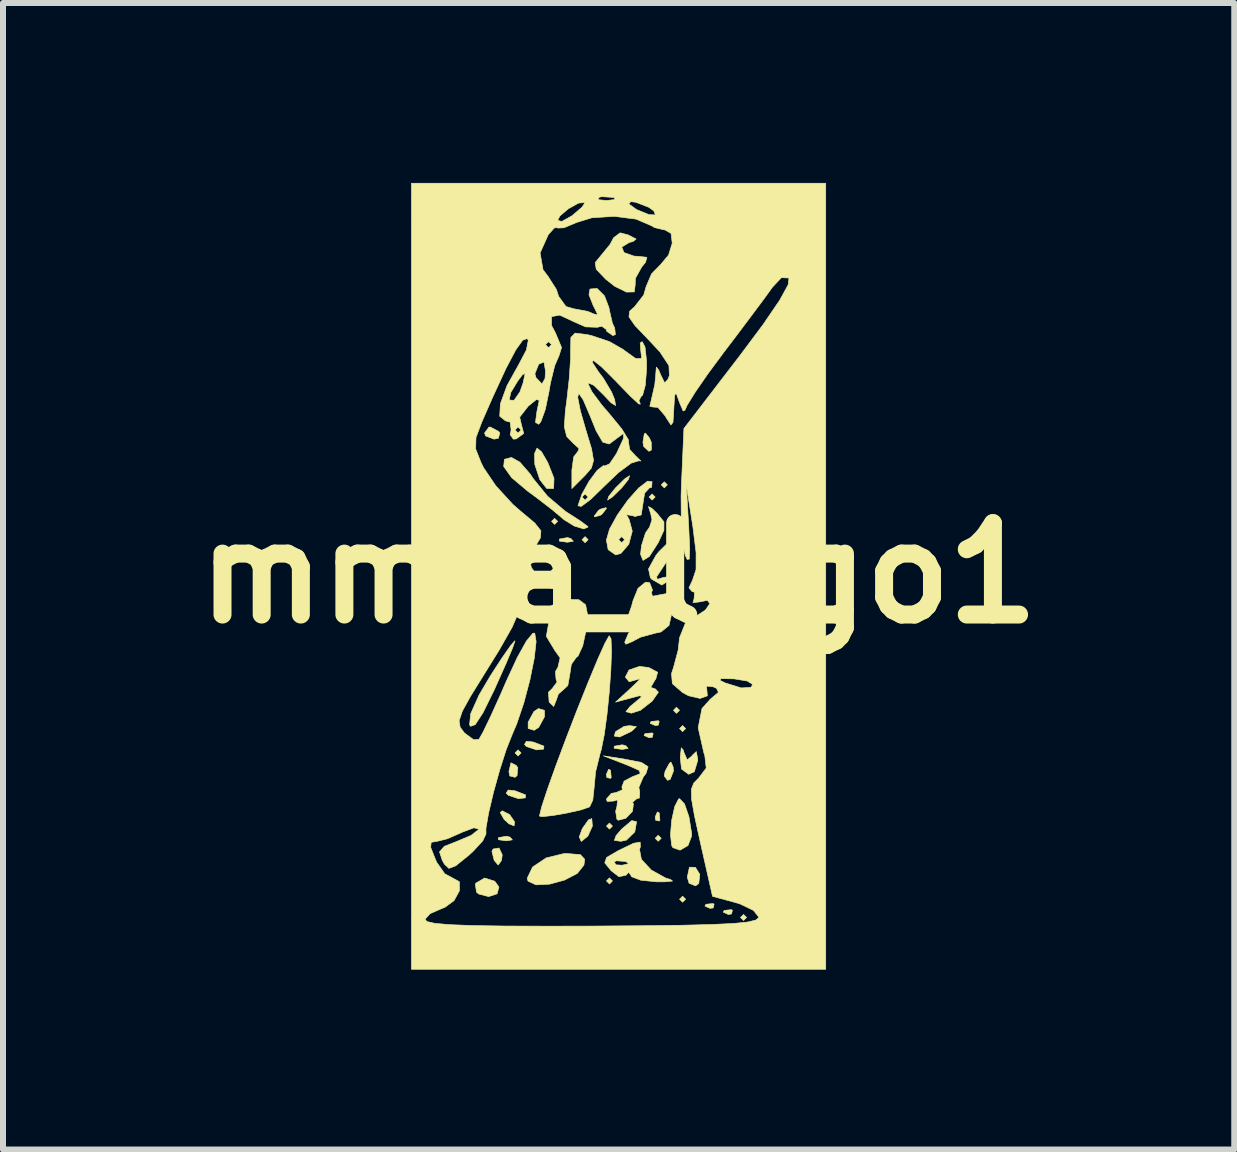
<source format=kicad_pcb>
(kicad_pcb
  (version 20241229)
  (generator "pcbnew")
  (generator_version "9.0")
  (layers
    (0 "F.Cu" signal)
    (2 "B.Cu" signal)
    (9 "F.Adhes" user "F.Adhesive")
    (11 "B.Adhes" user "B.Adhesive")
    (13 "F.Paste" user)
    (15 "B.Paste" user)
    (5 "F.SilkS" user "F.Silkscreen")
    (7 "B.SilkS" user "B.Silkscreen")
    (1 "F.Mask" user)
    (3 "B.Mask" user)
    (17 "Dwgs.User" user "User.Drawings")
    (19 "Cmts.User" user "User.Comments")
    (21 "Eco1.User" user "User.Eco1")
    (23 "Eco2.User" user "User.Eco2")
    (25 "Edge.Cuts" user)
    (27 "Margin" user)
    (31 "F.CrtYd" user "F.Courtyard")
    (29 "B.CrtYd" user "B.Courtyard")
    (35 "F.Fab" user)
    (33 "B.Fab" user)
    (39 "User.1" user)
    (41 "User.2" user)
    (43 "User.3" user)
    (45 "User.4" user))
  (footprint "mmra_logo1"
    (layer "F.Cu")
    (at 7.264 6.507)
    (property "Reference" "mmra_logo1" (at 0 0 0) (layer "F.SilkS") (effects (font (size 1.524 1.524) (thickness 0.3))))
    (attr through_hole)
    (fp_poly (pts (xy -1.626 2.997) (xy -1.676 3.048) (xy -1.727 2.997) (xy -1.676 2.946) (xy -1.626 2.997)) (stroke (width 0.01) (type solid)) (fill yes) (layer "F.SilkS"))
    (fp_poly (pts (xy -1.016 -0.864) (xy -1.067 -0.813) (xy -1.118 -0.864) (xy -1.067 -0.914) (xy -1.016 -0.864)) (stroke (width 0.01) (type solid)) (fill yes) (layer "F.SilkS"))
    (fp_poly (pts (xy -0.508 -0.559) (xy -0.559 -0.508) (xy -0.61 -0.559) (xy -0.559 -0.61) (xy -0.508 -0.559)) (stroke (width 0.01) (type solid)) (fill yes) (layer "F.SilkS"))
    (fp_poly (pts (xy -0.102 4.216) (xy -0.152 4.267) (xy -0.203 4.216) (xy -0.152 4.166) (xy -0.102 4.216)) (stroke (width 0.01) (type solid)) (fill yes) (layer "F.SilkS"))
    (fp_poly (pts (xy -0.102 5.131) (xy -0.152 5.182) (xy -0.203 5.131) (xy -0.152 5.08) (xy -0.102 5.131)) (stroke (width 0.01) (type solid)) (fill yes) (layer "F.SilkS"))
    (fp_poly (pts (xy 0.61 -1.27) (xy 0.559 -1.219) (xy 0.508 -1.27) (xy 0.559 -1.321) (xy 0.61 -1.27)) (stroke (width 0.01) (type solid)) (fill yes) (layer "F.SilkS"))
    (fp_poly (pts (xy 0.711 4.42) (xy 0.66 4.47) (xy 0.61 4.42) (xy 0.66 4.369) (xy 0.711 4.42)) (stroke (width 0.01) (type solid)) (fill yes) (layer "F.SilkS"))
    (fp_poly (pts (xy 0.813 -1.473) (xy 0.762 -1.422) (xy 0.711 -1.473) (xy 0.762 -1.524) (xy 0.813 -1.473)) (stroke (width 0.01) (type solid)) (fill yes) (layer "F.SilkS"))
    (fp_poly (pts (xy 1.016 2.286) (xy 0.965 2.337) (xy 0.914 2.286) (xy 0.965 2.235) (xy 1.016 2.286)) (stroke (width 0.01) (type solid)) (fill yes) (layer "F.SilkS"))
    (fp_poly (pts (xy 1.118 2.591) (xy 1.067 2.642) (xy 1.016 2.591) (xy 1.067 2.54) (xy 1.118 2.591)) (stroke (width 0.01) (type solid)) (fill yes) (layer "F.SilkS"))
    (fp_poly (pts (xy 1.118 5.436) (xy 1.067 5.486) (xy 1.016 5.436) (xy 1.067 5.385) (xy 1.118 5.436)) (stroke (width 0.01) (type solid)) (fill yes) (layer "F.SilkS"))
    (fp_poly (pts (xy 2.134 5.74) (xy 2.083 5.791) (xy 2.032 5.74) (xy 2.083 5.69) (xy 2.134 5.74)) (stroke (width 0.01) (type solid)) (fill yes) (layer "F.SilkS"))
    (fp_poly (pts (xy -1.81 4.401) (xy -1.771 4.446) (xy -1.871 4.462) (xy -2.003 4.444) (xy -2.004 4.409) (xy -1.869 4.385) (xy -1.81 4.401)) (stroke (width 0.01) (type solid)) (fill yes) (layer "F.SilkS"))
    (fp_poly (pts (xy -0.794 -0.577) (xy -0.755 -0.532) (xy -0.855 -0.516) (xy -0.987 -0.535) (xy -0.988 -0.569) (xy -0.853 -0.594) (xy -0.794 -0.577)) (stroke (width 0.01) (type solid)) (fill yes) (layer "F.SilkS"))
    (fp_poly (pts (xy -0.135 3.285) (xy -0.123 3.406) (xy -0.135 3.421) (xy -0.196 3.407) (xy -0.203 3.353) (xy -0.166 3.269) (xy -0.135 3.285)) (stroke (width 0.01) (type solid)) (fill yes) (layer "F.SilkS"))
    (fp_poly (pts (xy 0.121 2.877) (xy 0.159 2.922) (xy 0.059 2.938) (xy -0.073 2.92) (xy -0.074 2.885) (xy 0.062 2.861) (xy 0.121 2.877)) (stroke (width 0.01) (type solid)) (fill yes) (layer "F.SilkS"))
    (fp_poly (pts (xy 0.576 2.675) (xy 0.562 2.736) (xy 0.508 2.743) (xy 0.424 2.706) (xy 0.44 2.675) (xy 0.561 2.663) (xy 0.576 2.675)) (stroke (width 0.01) (type solid)) (fill yes) (layer "F.SilkS"))
    (fp_poly (pts (xy 0.677 2.472) (xy 0.663 2.533) (xy 0.61 2.54) (xy 0.526 2.503) (xy 0.542 2.472) (xy 0.662 2.46) (xy 0.677 2.472)) (stroke (width 0.01) (type solid)) (fill yes) (layer "F.SilkS"))
    (fp_poly (pts (xy 0.677 3.996) (xy 0.689 4.117) (xy 0.677 4.132) (xy 0.617 4.118) (xy 0.61 4.064) (xy 0.647 3.98) (xy 0.677 3.996)) (stroke (width 0.01) (type solid)) (fill yes) (layer "F.SilkS"))
    (fp_poly (pts (xy 1.592 5.52) (xy 1.578 5.581) (xy 1.524 5.588) (xy 1.44 5.551) (xy 1.456 5.52) (xy 1.577 5.508) (xy 1.592 5.52)) (stroke (width 0.01) (type solid)) (fill yes) (layer "F.SilkS"))
    (fp_poly (pts (xy 1.897 5.622) (xy 1.883 5.682) (xy 1.829 5.69) (xy 1.745 5.652) (xy 1.761 5.622) (xy 1.882 5.61) (xy 1.897 5.622)) (stroke (width 0.01) (type solid)) (fill yes) (layer "F.SilkS"))
    (fp_poly (pts (xy -1.94 4.695) (xy -1.952 4.789) (xy -2.008 4.866) (xy -2.074 4.789) (xy -2.112 4.639) (xy -2.093 4.599) (xy -1.993 4.582) (xy -1.94 4.695)) (stroke (width 0.01) (type solid)) (fill yes) (layer "F.SilkS"))
    (fp_poly (pts (xy -1.818 4.024) (xy -1.735 4.144) (xy -1.742 4.213) (xy -1.829 4.178) (xy -1.909 4.105) (xy -1.974 3.99) (xy -1.94 3.962) (xy -1.818 4.024)) (stroke (width 0.01) (type solid)) (fill yes) (layer "F.SilkS"))
    (fp_poly (pts (xy -1.727 3.628) (xy -1.551 3.696) (xy -1.554 3.746) (xy -1.67 3.759) (xy -1.839 3.703) (xy -1.874 3.667) (xy -1.841 3.615) (xy -1.727 3.628)) (stroke (width 0.01) (type solid)) (fill yes) (layer "F.SilkS"))
    (fp_poly (pts (xy -1.707 3.205) (xy -1.681 3.244) (xy -1.693 3.375) (xy -1.726 3.403) (xy -1.814 3.381) (xy -1.829 3.308) (xy -1.795 3.161) (xy -1.707 3.205)) (stroke (width 0.01) (type solid)) (fill yes) (layer "F.SilkS"))
    (fp_poly (pts (xy -1.423 2.815) (xy -1.246 2.883) (xy -1.249 2.933) (xy -1.366 2.946) (xy -1.535 2.891) (xy -1.569 2.854) (xy -1.536 2.802) (xy -1.423 2.815)) (stroke (width 0.01) (type solid)) (fill yes) (layer "F.SilkS"))
    (fp_poly (pts (xy 1.28 4.904) (xy 1.354 5.021) (xy 1.337 5.173) (xy 1.284 5.213) (xy 1.176 5.171) (xy 1.145 5.069) (xy 1.181 4.902) (xy 1.28 4.904)) (stroke (width 0.01) (type solid)) (fill yes) (layer "F.SilkS"))
    (fp_poly (pts (xy -2.002 -2.365) (xy -1.981 -2.337) (xy -2.004 -2.25) (xy -2.077 -2.235) (xy -2.216 -2.288) (xy -2.235 -2.337) (xy -2.162 -2.435) (xy -2.14 -2.438) (xy -2.002 -2.365)) (stroke (width 0.01) (type solid)) (fill yes) (layer "F.SilkS"))
    (fp_poly (pts (xy -1.236 2.287) (xy -1.235 2.393) (xy -1.332 2.571) (xy -1.407 2.619) (xy -1.508 2.589) (xy -1.508 2.484) (xy -1.411 2.306) (xy -1.336 2.257) (xy -1.236 2.287)) (stroke (width 0.01) (type solid)) (fill yes) (layer "F.SilkS"))
    (fp_poly (pts (xy -0.922 -0.144) (xy -0.914 -0.108) (xy -0.988 -0.004) (xy -1.016 0) (xy -1.115 -0.035) (xy -1.118 -0.045) (xy -1.046 -0.132) (xy -1.016 -0.152) (xy -0.922 -0.144)) (stroke (width 0.01) (type solid)) (fill yes) (layer "F.SilkS"))
    (fp_poly (pts (xy -0.437 4.217) (xy -0.511 4.381) (xy -0.617 4.47) (xy -0.624 4.47) (xy -0.656 4.397) (xy -0.605 4.258) (xy -0.502 4.113) (xy -0.447 4.092) (xy -0.437 4.217)) (stroke (width 0.01) (type solid)) (fill yes) (layer "F.SilkS"))
    (fp_poly (pts (xy -0.203 -1.079) (xy -0.275 -0.986) (xy -0.305 -0.965) (xy -0.4 -0.939) (xy -0.406 -0.953) (xy -0.335 -1.046) (xy -0.305 -1.067) (xy -0.21 -1.093) (xy -0.203 -1.079)) (stroke (width 0.01) (type solid)) (fill yes) (layer "F.SilkS"))
    (fp_poly (pts (xy 0.163 -1.562) (xy 0.051 -1.422) (xy -0.102 -1.272) (xy -0.184 -1.219) (xy -0.163 -1.283) (xy -0.051 -1.422) (xy 0.102 -1.573) (xy 0.184 -1.626) (xy 0.163 -1.562)) (stroke (width 0.01) (type solid)) (fill yes) (layer "F.SilkS"))
    (fp_poly (pts (xy 0.297 2.558) (xy 0.224 2.628) (xy 0.203 2.642) (xy 0.017 2.731) (xy -0.072 2.716) (xy -0.051 2.642) (xy 0.094 2.553) (xy 0.184 2.542) (xy 0.297 2.558)) (stroke (width 0.01) (type solid)) (fill yes) (layer "F.SilkS"))
    (fp_poly (pts (xy 0.3 4.143) (xy 0.27 4.314) (xy 0.129 4.451) (xy 0.038 4.47) (xy -0.071 4.455) (xy -0.042 4.375) (xy 0.051 4.267) (xy 0.219 4.125) (xy 0.3 4.143)) (stroke (width 0.01) (type solid)) (fill yes) (layer "F.SilkS"))
    (fp_poly (pts (xy 0.512 -2.257) (xy 0.545 -2.184) (xy 0.547 -2.054) (xy 0.505 -2.032) (xy 0.417 -2.114) (xy 0.406 -2.184) (xy 0.428 -2.32) (xy 0.446 -2.337) (xy 0.512 -2.257)) (stroke (width 0.01) (type solid)) (fill yes) (layer "F.SilkS"))
    (fp_poly (pts (xy 0.91 3.233) (xy 0.914 3.302) (xy 0.861 3.437) (xy 0.816 3.454) (xy 0.76 3.38) (xy 0.776 3.302) (xy 0.848 3.168) (xy 0.874 3.15) (xy 0.91 3.233)) (stroke (width 0.01) (type solid)) (fill yes) (layer "F.SilkS"))
    (fp_poly (pts (xy -2.064 5.137) (xy -1.995 5.232) (xy -2.026 5.346) (xy -2.166 5.392) (xy -2.33 5.35) (xy -2.368 5.32) (xy -2.389 5.188) (xy -2.379 5.167) (xy -2.233 5.082) (xy -2.064 5.137)) (stroke (width 0.01) (type solid)) (fill yes) (layer "F.SilkS"))
    (fp_poly (pts (xy -1.285 -2.024) (xy -1.18 -1.843) (xy -1.077 -1.582) (xy -1.083 -1.418) (xy -1.091 -1.409) (xy -1.2 -1.414) (xy -1.313 -1.559) (xy -1.397 -1.813) (xy -1.402 -1.993) (xy -1.36 -2.086) (xy -1.285 -2.024)) (stroke (width 0.01) (type solid)) (fill yes) (layer "F.SilkS"))
    (fp_poly (pts (xy -0.638 4.692) (xy -0.565 4.77) (xy -0.578 4.867) (xy -0.689 5.006) (xy -0.902 5.117) (xy -1.152 5.185) (xy -1.377 5.196) (xy -1.51 5.135) (xy -1.524 5.087) (xy -1.434 4.899) (xy -1.207 4.747) (xy -0.912 4.675) (xy -0.866 4.674) (xy -0.638 4.692)) (stroke (width 0.01) (type solid)) (fill yes) (layer "F.SilkS"))
    (fp_poly (pts (xy 1.077 2.946) (xy 1.089 2.987) (xy 1.144 3.112) (xy 1.221 3.049) (xy 1.228 3.037) (xy 1.296 2.974) (xy 1.319 3.097) (xy 1.319 3.124) (xy 1.263 3.31) (xy 1.168 3.353) (xy 1.049 3.265) (xy 1.028 3.073) (xy 1.045 2.911) (xy 1.077 2.946)) (stroke (width 0.01) (type solid)) (fill yes) (layer "F.SilkS"))
    (fp_poly (pts (xy 1.099 3.847) (xy 1.173 4.061) (xy 1.215 4.321) (xy 1.218 4.383) (xy 1.157 4.541) (xy 1.025 4.618) (xy 0.905 4.576) (xy 0.885 4.54) (xy 0.865 4.36) (xy 0.886 4.115) (xy 0.936 3.89) (xy 1 3.765) (xy 1.016 3.759) (xy 1.099 3.847)) (stroke (width 0.01) (type solid)) (fill yes) (layer "F.SilkS"))
    (fp_poly (pts (xy 0.554 -1.082) (xy 0.645 -0.994) (xy 0.756 -0.856) (xy 0.756 -0.716) (xy 0.662 -0.511) (xy 0.514 -0.28) (xy 0.407 -0.213) (xy 0.366 -0.315) (xy 0.382 -0.459) (xy 0.449 -0.672) (xy 0.516 -0.767) (xy 0.557 -0.891) (xy 0.535 -0.994) (xy 0.498 -1.111) (xy 0.554 -1.082)) (stroke (width 0.01) (type solid)) (fill yes) (layer "F.SilkS"))
    (fp_poly (pts (xy -1.728 1.13) (xy -1.767 1.245) (xy -1.873 1.497) (xy -2.024 1.836) (xy -2.072 1.943) (xy -2.26 2.325) (xy -2.39 2.525) (xy -2.469 2.553) (xy -2.485 2.528) (xy -2.466 2.343) (xy -2.326 2.031) (xy -2.14 1.715) (xy -1.946 1.416) (xy -1.8 1.207) (xy -1.731 1.127) (xy -1.728 1.13)) (stroke (width 0.01) (type solid)) (fill yes) (layer "F.SilkS"))
    (fp_poly (pts (xy 0.898 -0.39) (xy 0.785 -0.168) (xy 0.744 -0.106) (xy 0.634 0.061) (xy 0.646 0.103) (xy 0.749 0.07) (xy 0.869 0.054) (xy 0.863 0.103) (xy 0.721 0.198) (xy 0.55 0.099) (xy 0.53 0.076) (xy 0.499 -0.071) (xy 0.619 -0.291) (xy 0.669 -0.356) (xy 0.831 -0.515) (xy 0.91 -0.517) (xy 0.898 -0.39)) (stroke (width 0.01) (type solid)) (fill yes) (layer "F.SilkS"))
    (fp_poly (pts (xy -1.646 -1.851) (xy -1.473 -1.652) (xy -1.426 -1.58) (xy -1.185 -1.284) (xy -0.887 -1.031) (xy -0.858 -1.013) (xy -0.639 -0.872) (xy -0.517 -0.782) (xy -0.508 -0.771) (xy -0.58 -0.738) (xy -0.741 -0.787) (xy -0.91 -0.892) (xy -0.929 -0.909) (xy -1.11 -1.061) (xy -1.378 -1.267) (xy -1.513 -1.366) (xy -1.782 -1.592) (xy -1.916 -1.779) (xy -1.904 -1.899) (xy -1.786 -1.93) (xy -1.646 -1.851)) (stroke (width 0.01) (type solid)) (fill yes) (layer "F.SilkS"))
    (fp_poly (pts (xy 0.158 -5.641) (xy 0.292 -5.572) (xy 0.242 -5.531) (xy 0.177 -5.514) (xy 0.053 -5.438) (xy 0.09 -5.346) (xy 0.257 -5.287) (xy 0.327 -5.283) (xy 0.472 -5.267) (xy 0.449 -5.183) (xy 0.385 -5.105) (xy 0.28 -4.916) (xy 0.276 -4.801) (xy 0.262 -4.69) (xy 0.132 -4.687) (xy -0.064 -4.783) (xy -0.215 -4.902) (xy -0.373 -5.068) (xy -0.39 -5.179) (xy -0.294 -5.296) (xy -0.141 -5.484) (xy -0.083 -5.594) (xy 0.026 -5.675) (xy 0.158 -5.641)) (stroke (width 0.01) (type solid)) (fill yes) (layer "F.SilkS"))
    (fp_poly (pts (xy 0.503 1.573) (xy 0.651 1.651) (xy 0.62 1.764) (xy 0.603 1.787) (xy 0.536 1.903) (xy 0.613 1.93) (xy 0.664 1.984) (xy 0.559 2.134) (xy 0.364 2.286) (xy 0.213 2.334) (xy 0.122 2.309) (xy 0.191 2.222) (xy 0.254 2.171) (xy 0.388 2.058) (xy 0.351 2.043) (xy 0.203 2.081) (xy -0.051 2.15) (xy 0.208 1.913) (xy 0.342 1.783) (xy 0.353 1.754) (xy 0.333 1.767) (xy 0.176 1.81) (xy 0.112 1.732) (xy 0.174 1.614) (xy 0.349 1.554) (xy 0.503 1.573)) (stroke (width 0.01) (type solid)) (fill yes) (layer "F.SilkS"))
    (fp_poly (pts (xy -0.126 1.094) (xy -0.118 1.299) (xy -0.129 1.609) (xy -0.155 1.977) (xy -0.193 2.354) (xy -0.239 2.692) (xy -0.289 2.943) (xy -0.309 3.009) (xy -0.384 3.314) (xy -0.406 3.557) (xy -0.43 3.783) (xy -0.483 3.896) (xy -0.622 3.945) (xy -0.851 3.997) (xy -1.094 4.04) (xy -1.274 4.059) (xy -1.32 4.05) (xy -1.283 3.896) (xy -1.185 3.599) (xy -1.043 3.202) (xy -0.872 2.745) (xy -0.689 2.272) (xy -0.509 1.823) (xy -0.35 1.44) (xy -0.227 1.166) (xy -0.157 1.042) (xy -0.126 1.094)) (stroke (width 0.01) (type solid)) (fill yes) (layer "F.SilkS"))
    (fp_poly (pts (xy -0.663 0.442) (xy -0.55 0.526) (xy -0.517 0.696) (xy -0.539 0.939) (xy -0.598 1.211) (xy -0.676 1.381) (xy -0.705 1.403) (xy -0.788 1.52) (xy -0.813 1.685) (xy -0.846 1.872) (xy -0.907 1.93) (xy -1.004 2.015) (xy -1.036 2.108) (xy -1.082 2.222) (xy -1.158 2.148) (xy -1.17 1.984) (xy -1.108 1.925) (xy -1.026 1.815) (xy -1.043 1.767) (xy -1.053 1.64) (xy -1.012 1.57) (xy -0.975 1.412) (xy -1.063 1.288) (xy -1.205 1.053) (xy -1.159 0.794) (xy -1.032 0.604) (xy -0.822 0.437) (xy -0.663 0.442)) (stroke (width 0.01) (type solid)) (fill yes) (layer "F.SilkS"))
    (fp_poly (pts (xy 0.517 0.158) (xy 0.565 0.281) (xy 0.548 0.323) (xy 0.565 0.384) (xy 0.706 0.357) (xy 0.854 0.33) (xy 0.906 0.413) (xy 0.896 0.626) (xy 0.841 0.871) (xy 0.708 0.979) (xy 0.61 1) (xy 0.362 1.068) (xy 0.229 1.14) (xy 0.121 1.184) (xy 0.102 1.15) (xy 0.164 1.003) (xy 0.229 0.92) (xy 0.303 0.827) (xy 0.224 0.858) (xy 0.211 0.865) (xy 0.115 0.892) (xy 0.138 0.77) (xy 0.145 0.753) (xy 0.218 0.544) (xy 0.241 0.457) (xy 0.324 0.252) (xy 0.45 0.149) (xy 0.517 0.158)) (stroke (width 0.01) (type solid)) (fill yes) (layer "F.SilkS"))
    (fp_poly (pts (xy 0.558 -1.525) (xy 0.551 -1.431) (xy 0.514 -1.422) (xy 0.434 -1.335) (xy 0.406 -1.158) (xy 0.377 -0.971) (xy 0.271 -0.946) (xy 0.24 -0.957) (xy 0.131 -0.977) (xy 0.177 -0.891) (xy 0.228 -0.701) (xy 0.17 -0.483) (xy 0.038 -0.329) (xy -0.048 -0.305) (xy -0.174 -0.392) (xy -0.203 -0.549) (xy -0.201 -0.559) (xy 0 -0.559) (xy 0.051 -0.508) (xy 0.102 -0.559) (xy 0.051 -0.61) (xy 0 -0.559) (xy -0.201 -0.559) (xy -0.151 -0.735) (xy -0.019 -0.974) (xy 0.155 -1.219) (xy 0.335 -1.421) (xy 0.484 -1.535) (xy 0.558 -1.525)) (stroke (width 0.01) (type solid)) (fill yes) (layer "F.SilkS"))
    (fp_poly (pts (xy 0.363 4.565) (xy 0.349 4.604) (xy 0.38 4.771) (xy 0.546 4.95) (xy 0.788 5.084) (xy 0.864 5.106) (xy 0.9 5.133) (xy 0.764 5.146) (xy 0.635 5.146) (xy 0.371 5.119) (xy 0.217 5.061) (xy 0.202 5.033) (xy 0.167 4.986) (xy 0.125 5.035) (xy 0.006 5.061) (xy -0.125 4.96) (xy -0.231 4.829) (xy -0.226 4.815) (xy -0.074 4.815) (xy -0.044 4.862) (xy 0.059 4.869) (xy 0.168 4.844) (xy 0.121 4.807) (xy -0.038 4.795) (xy -0.074 4.815) (xy -0.226 4.815) (xy -0.199 4.739) (xy -0.006 4.626) (xy -0.003 4.625) (xy 0.249 4.503) (xy 0.36 4.484) (xy 0.363 4.565)) (stroke (width 0.01) (type solid)) (fill yes) (layer "F.SilkS"))
    (fp_poly (pts (xy 0.094 3.099) (xy 0.38 3.155) (xy 0.492 3.226) (xy 0.457 3.338) (xy 0.412 3.397) (xy 0.338 3.57) (xy 0.353 3.653) (xy 0.346 3.75) (xy 0.305 3.759) (xy 0.234 3.817) (xy 0.247 3.849) (xy 0.232 3.97) (xy 0.121 4.086) (xy -0.003 4.119) (xy -0.028 4.104) (xy -0.049 3.97) (xy -0.027 3.885) (xy -0.018 3.779) (xy -0.084 3.799) (xy -0.19 3.806) (xy -0.203 3.765) (xy -0.121 3.671) (xy -0.045 3.658) (xy 0.063 3.612) (xy 0.055 3.563) (xy 0.092 3.466) (xy 0.227 3.395) (xy 0.361 3.342) (xy 0.345 3.289) (xy 0.16 3.206) (xy 0.102 3.183) (xy -0.254 3.045) (xy 0.094 3.099)) (stroke (width 0.01) (type solid)) (fill yes) (layer "F.SilkS"))
    (fp_poly (pts (xy -0.53 -3.979) (xy -0.449 -3.961) (xy -0.152 -3.861) (xy 0.08 -3.728) (xy 0.092 -3.717) (xy 0.285 -3.579) (xy 0.384 -3.581) (xy 0.37 -3.708) (xy 0.36 -3.84) (xy 0.394 -3.861) (xy 0.441 -3.77) (xy 0.466 -3.54) (xy 0.467 -3.404) (xy 0.445 -3.131) (xy 0.4 -2.967) (xy 0.375 -2.946) (xy 0.34 -2.878) (xy 0.363 -2.819) (xy 0.336 -2.822) (xy 0.2 -2.948) (xy -0.017 -3.171) (xy -0.044 -3.2) (xy -0.283 -3.439) (xy -0.419 -3.547) (xy -0.442 -3.521) (xy -0.336 -3.358) (xy -0.254 -3.251) (xy -0.118 -3.022) (xy -0.066 -2.896) (xy -0.05 -2.795) (xy -0.126 -2.842) (xy -0.254 -2.977) (xy -0.414 -3.133) (xy -0.502 -3.172) (xy -0.508 -3.156) (xy -0.445 -3.026) (xy -0.281 -2.806) (xy -0.138 -2.639) (xy 0.055 -2.403) (xy 0.162 -2.227) (xy 0.168 -2.166) (xy 0.185 -2.063) (xy 0.281 -1.958) (xy 0.372 -1.87) (xy 0.337 -1.874) (xy 0.212 -1.836) (xy -0.000292 -1.679) (xy -0.241 -1.449) (xy -0.466 -1.23) (xy -0.622 -1.114) (xy -0.677 -1.124) (xy -0.676 -1.128) (xy -0.628 -1.27) (xy -0.61 -1.27) (xy -0.559 -1.219) (xy -0.508 -1.27) (xy -0.559 -1.321) (xy -0.61 -1.27) (xy -0.628 -1.27) (xy -0.612 -1.317) (xy -0.491 -1.534) (xy -0.357 -1.714) (xy -0.252 -1.795) (xy -0.23 -1.788) (xy -0.15 -1.824) (xy -0.036 -1.993) (xy -0.035 -1.994) (xy 0.08 -2.243) (xy 0.084 -2.332) (xy -0.02 -2.256) (xy -0.156 -2.154) (xy -0.263 -2.184) (xy -0.372 -2.369) (xy -0.463 -2.593) (xy -0.589 -2.889) (xy -0.664 -2.999) (xy -0.682 -2.935) (xy -0.638 -2.709) (xy -0.547 -2.393) (xy -0.45 -2.071) (xy -0.418 -1.879) (xy -0.453 -1.754) (xy -0.556 -1.634) (xy -0.573 -1.617) (xy -0.779 -1.411) (xy -0.779 -1.722) (xy -0.749 -1.938) (xy -0.678 -2.032) (xy -0.675 -2.032) (xy -0.661 -2.08) (xy -0.759 -2.169) (xy -0.865 -2.279) (xy -0.905 -2.439) (xy -0.887 -2.712) (xy -0.867 -2.855) (xy -0.824 -3.235) (xy -0.8 -3.585) (xy -0.8 -3.723) (xy -0.796 -3.931) (xy -0.725 -4.003) (xy -0.53 -3.979)) (stroke (width 0.01) (type solid)) (fill yes) (layer "F.SilkS"))
    (fp_poly (pts (xy 3.454 6.604) (xy -3.454 6.604) (xy -3.454 5.77) (xy -3.227 5.77) (xy -3.197 5.808) (xy -3.067 5.838) (xy -2.818 5.86) (xy -2.433 5.875) (xy -1.895 5.883) (xy -1.186 5.885) (xy -0.466 5.884) (xy 0.384 5.878) (xy 1.052 5.87) (xy 1.555 5.857) (xy 1.916 5.84) (xy 2.153 5.816) (xy 2.286 5.784) (xy 2.335 5.744) (xy 2.337 5.734) (xy 2.248 5.622) (xy 2.028 5.516) (xy 1.951 5.492) (xy 1.566 5.388) (xy 1.361 4.479) (xy 1.266 4.048) (xy 1.217 3.771) (xy 1.213 3.603) (xy 1.253 3.499) (xy 1.335 3.415) (xy 1.338 3.412) (xy 1.461 3.249) (xy 1.437 3.039) (xy 1.421 2.993) (xy 1.327 2.577) (xy 1.39 2.257) (xy 1.529 2.101) (xy 1.664 1.987) (xy 1.634 1.92) (xy 1.574 1.893) (xy 1.465 1.883) (xy 1.47 1.925) (xy 1.48 2.045) (xy 1.359 2.088) (xy 1.165 2.043) (xy 1.065 1.989) (xy 0.896 1.842) (xy 0.892 1.788) (xy 1.692 1.788) (xy 1.778 1.83) (xy 2.045 1.913) (xy 2.208 1.903) (xy 2.235 1.854) (xy 2.146 1.798) (xy 1.929 1.762) (xy 1.905 1.761) (xy 1.705 1.758) (xy 1.692 1.788) (xy 0.892 1.788) (xy 0.882 1.675) (xy 0.917 1.568) (xy 0.994 1.278) (xy 1.016 1.076) (xy 1.11 0.841) (xy 1.27 0.73) (xy 1.447 0.615) (xy 1.522 0.506) (xy 1.479 0.452) (xy 1.355 0.478) (xy 1.24 0.492) (xy 1.259 0.424) (xy 1.266 0.318) (xy 1.224 0.305) (xy 1.173 0.244) (xy 1.232 0.118) (xy 1.291 -0.059) (xy 1.292 -0.344) (xy 1.239 -0.771) (xy 1.129 -1.473) (xy 1.17 -0.762) (xy 1.186 -0.406) (xy 1.178 -0.235) (xy 1.143 -0.23) (xy 1.11 -0.3) (xy 1.068 -0.511) (xy 1.045 -0.862) (xy 1.042 -1.292) (xy 1.048 -1.48) (xy 1.089 -2.412) (xy 2.014 -3.617) (xy 2.413 -4.151) (xy 2.685 -4.55) (xy 2.828 -4.81) (xy 2.841 -4.922) (xy 2.714 -4.927) (xy 2.567 -4.771) (xy 2.432 -4.584) (xy 2.209 -4.285) (xy 1.935 -3.92) (xy 1.755 -3.684) (xy 1.488 -3.323) (xy 1.274 -3.013) (xy 1.14 -2.795) (xy 1.107 -2.719) (xy 1.076 -2.704) (xy 1.016 -2.845) (xy 0.962 -2.994) (xy 0.935 -2.973) (xy 0.922 -2.767) (xy 0.921 -2.743) (xy 0.907 -2.516) (xy 0.873 -2.471) (xy 0.797 -2.587) (xy 0.779 -2.619) (xy 0.656 -2.764) (xy 0.563 -2.772) (xy 0.52 -2.782) (xy 0.543 -2.879) (xy 0.603 -3.14) (xy 0.617 -3.285) (xy 0.629 -3.436) (xy 0.667 -3.391) (xy 0.701 -3.309) (xy 0.767 -3.174) (xy 0.819 -3.226) (xy 0.847 -3.295) (xy 0.839 -3.462) (xy 0.69 -3.688) (xy 0.5 -3.892) (xy 0.272 -4.13) (xy 0.173 -4.273) (xy 0.183 -4.367) (xy 0.264 -4.44) (xy 0.419 -4.638) (xy 0.459 -4.779) (xy 0.55 -4.992) (xy 0.7 -5.145) (xy 0.833 -5.304) (xy 0.894 -5.501) (xy 0.875 -5.665) (xy 0.77 -5.725) (xy 0.762 -5.724) (xy 0.595 -5.764) (xy 0.559 -5.788) (xy 0.294 -5.903) (xy -0.071 -5.95) (xy -0.446 -5.926) (xy -0.702 -5.847) (xy -0.909 -5.76) (xy -1.016 -5.754) (xy -1.019 -5.763) (xy -1.072 -5.756) (xy -1.172 -5.645) (xy -1.309 -5.34) (xy -1.26 -5.059) (xy -1.179 -4.953) (xy -1.037 -4.731) (xy -1 -4.616) (xy -0.878 -4.447) (xy -0.749 -4.409) (xy -0.514 -4.365) (xy -0.413 -4.322) (xy -0.347 -4.308) (xy -0.408 -4.435) (xy -0.42 -4.455) (xy -0.494 -4.642) (xy -0.477 -4.738) (xy -0.359 -4.748) (xy -0.235 -4.624) (xy -0.16 -4.426) (xy -0.156 -4.396) (xy -0.103 -4.167) (xy -0.065 -4.088) (xy -0.053 -3.978) (xy -0.096 -3.962) (xy -0.199 -4.034) (xy -0.203 -4.061) (xy -0.278 -4.117) (xy -0.356 -4.1) (xy -0.551 -4.107) (xy -0.737 -4.189) (xy -0.982 -4.303) (xy -1.118 -4.278) (xy -1.118 -4.13) (xy -1.052 -4.005) (xy -0.951 -3.763) (xy -0.991 -3.632) (xy -1.065 -3.46) (xy -1.136 -3.172) (xy -1.161 -3.025) (xy -1.222 -2.729) (xy -1.296 -2.527) (xy -1.331 -2.483) (xy -1.386 -2.514) (xy -1.362 -2.695) (xy -1.323 -2.882) (xy -1.37 -2.896) (xy -1.507 -2.785) (xy -1.649 -2.602) (xy -1.623 -2.486) (xy -1.582 -2.33) (xy -1.706 -2.239) (xy -1.755 -2.235) (xy -1.808 -2.31) (xy -1.792 -2.388) (xy -1.727 -2.388) (xy -1.676 -2.337) (xy -1.626 -2.388) (xy -1.676 -2.438) (xy -1.727 -2.388) (xy -1.792 -2.388) (xy -1.792 -2.388) (xy -1.808 -2.519) (xy -1.885 -2.54) (xy -1.982 -2.617) (xy -1.971 -2.825) (xy -1.948 -2.888) (xy -1.824 -2.888) (xy -1.75 -2.882) (xy -1.739 -2.888) (xy -1.646 -3.021) (xy -1.592 -3.173) (xy -1.56 -3.325) (xy -1.396 -3.325) (xy -1.377 -3.26) (xy -1.277 -3.156) (xy -1.226 -3.248) (xy -1.219 -3.373) (xy -1.244 -3.521) (xy -1.33 -3.486) (xy -1.332 -3.484) (xy -1.396 -3.325) (xy -1.56 -3.325) (xy -1.558 -3.332) (xy -1.601 -3.311) (xy -1.681 -3.206) (xy -1.798 -3.012) (xy -1.824 -2.888) (xy -1.948 -2.888) (xy -1.86 -3.128) (xy -1.667 -3.475) (xy -1.537 -3.722) (xy -1.52 -3.81) (xy -1.219 -3.81) (xy -1.168 -3.759) (xy -1.118 -3.81) (xy -1.168 -3.861) (xy -1.219 -3.81) (xy -1.52 -3.81) (xy -1.506 -3.884) (xy -1.524 -3.912) (xy -1.599 -3.885) (xy -1.714 -3.724) (xy -1.878 -3.413) (xy -2.098 -2.937) (xy -2.282 -2.517) (xy -2.378 -2.261) (xy -2.383 -2.071) (xy -2.292 -1.841) (xy -2.249 -1.755) (xy -2.047 -1.457) (xy -1.765 -1.149) (xy -1.637 -1.037) (xy -1.398 -0.837) (xy -1.295 -0.707) (xy -1.304 -0.589) (xy -1.384 -0.452) (xy -1.487 -0.244) (xy -1.454 -0.093) (xy -1.422 -0.05) (xy -1.35 0.07) (xy -1.439 0.102) (xy -1.448 0.102) (xy -1.616 0.153) (xy -1.741 0.267) (xy -1.77 0.382) (xy -1.718 0.426) (xy -1.649 0.496) (xy -1.665 0.647) (xy -1.775 0.901) (xy -1.99 1.28) (xy -2.234 1.674) (xy -2.469 2.053) (xy -2.606 2.301) (xy -2.659 2.459) (xy -2.642 2.568) (xy -2.571 2.663) (xy -2.419 2.776) (xy -2.329 2.771) (xy -2.259 2.648) (xy -2.132 2.384) (xy -1.969 2.024) (xy -1.872 1.801) (xy -1.69 1.407) (xy -1.536 1.13) (xy -1.429 1.001) (xy -1.398 1) (xy -1.375 1.141) (xy -1.406 1.418) (xy -1.478 1.776) (xy -1.579 2.159) (xy -1.698 2.511) (xy -1.775 2.692) (xy -1.874 2.942) (xy -1.983 3.284) (xy -2.087 3.658) (xy -2.168 4.002) (xy -2.212 4.257) (xy -2.211 4.348) (xy -2.265 4.463) (xy -2.432 4.644) (xy -2.509 4.712) (xy -2.716 4.879) (xy -2.829 4.922) (xy -2.904 4.851) (xy -2.94 4.787) (xy -2.986 4.647) (xy -2.906 4.554) (xy -2.692 4.47) (xy -2.46 4.372) (xy -2.341 4.28) (xy -2.337 4.265) (xy -2.413 4.245) (xy -2.599 4.315) (xy -2.616 4.323) (xy -2.855 4.428) (xy -3.023 4.47) (xy -3.125 4.487) (xy -3.133 4.573) (xy -3.05 4.781) (xy -3.032 4.821) (xy -2.899 5.011) (xy -2.771 5.08) (xy -2.655 5.144) (xy -2.653 5.293) (xy -2.743 5.459) (xy -2.902 5.575) (xy -2.939 5.587) (xy -3.144 5.677) (xy -3.227 5.77) (xy -3.454 5.77) (xy -3.454 -5.884) (xy -1.016 -5.884) (xy -0.948 -5.864) (xy -0.783 -5.956) (xy -0.772 -5.964) (xy -0.61 -6.102) (xy -0.574 -6.157) (xy 0.169 -6.157) (xy 0.294 -6.067) (xy 0.305 -6.061) (xy 0.506 -5.978) (xy 0.614 -5.974) (xy 0.588 -6.039) (xy 0.505 -6.1) (xy 0.287 -6.185) (xy 0.203 -6.195) (xy 0.169 -6.157) (xy -0.574 -6.157) (xy -0.56 -6.18) (xy -0.56 -6.18) (xy -0.668 -6.171) (xy -0.837 -6.077) (xy -0.979 -5.956) (xy -1.016 -5.884) (xy -3.454 -5.884) (xy -3.454 -6.228) (xy -0.343 -6.228) (xy -0.203 -6.214) (xy -0.059 -6.23) (xy -0.076 -6.265) (xy -0.284 -6.278) (xy -0.33 -6.265) (xy -0.343 -6.228) (xy -3.454 -6.228) (xy -3.454 -6.502) (xy 3.454 -6.502) (xy 3.454 6.604)) (stroke (width 0.01) (type solid)) (fill yes) (layer "F.SilkS")))
  (gr_rect
    (start -3 -3)
    (end 17.529 16.116)
    (stroke (width 0.1) (type default))
    (fill no)
    (layer "Edge.Cuts")))
</source>
